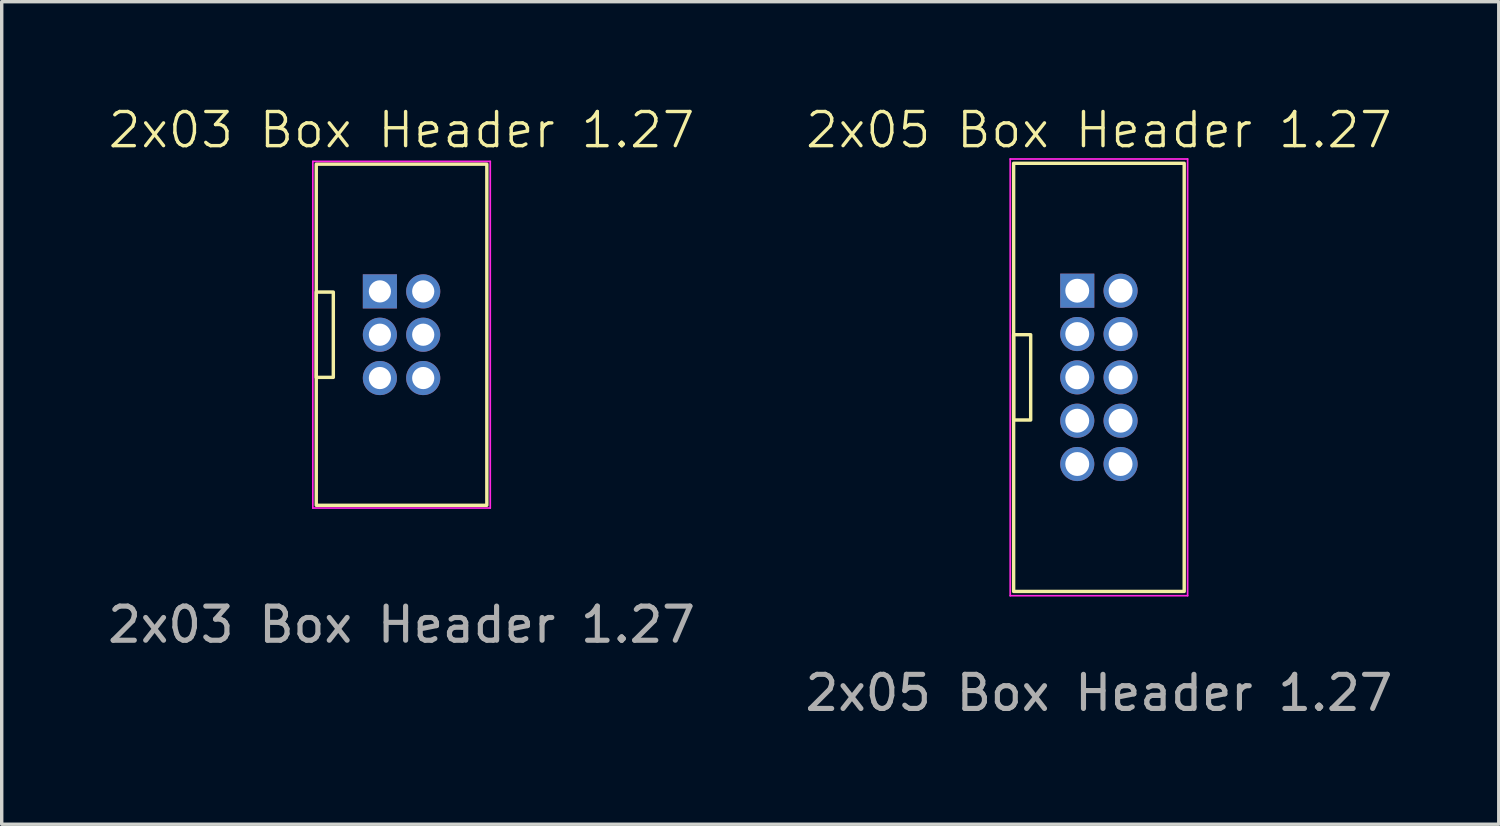
<source format=kicad_pcb>
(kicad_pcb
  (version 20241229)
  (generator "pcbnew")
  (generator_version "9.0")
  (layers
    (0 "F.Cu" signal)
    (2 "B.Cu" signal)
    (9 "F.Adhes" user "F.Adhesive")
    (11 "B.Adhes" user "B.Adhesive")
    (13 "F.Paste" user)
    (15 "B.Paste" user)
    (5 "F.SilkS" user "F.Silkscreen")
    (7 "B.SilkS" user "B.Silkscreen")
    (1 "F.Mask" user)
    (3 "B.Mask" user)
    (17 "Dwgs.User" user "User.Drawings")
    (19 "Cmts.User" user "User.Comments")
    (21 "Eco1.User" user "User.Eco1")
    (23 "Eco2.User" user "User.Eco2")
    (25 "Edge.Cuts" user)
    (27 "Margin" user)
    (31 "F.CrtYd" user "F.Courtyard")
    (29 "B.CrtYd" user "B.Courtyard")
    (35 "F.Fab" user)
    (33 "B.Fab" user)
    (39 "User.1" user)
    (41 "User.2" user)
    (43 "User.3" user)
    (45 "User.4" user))
  (footprint "2x05 Box Header 1.27"
    (layer "F.Cu")
    (at 29.161 8.011)
    (property "Reference" "2x05 Box Header 1.27" (at 0 -7.25 0) (unlocked yes) (layer "F.SilkS") (effects (font (size 1 1) (thickness 0.1))))
    (attr through_hole)
    (fp_rect (start -2.5 -6.275) (end 2.5 6.275) (stroke (width 0.1) (type default)) (fill no) (layer "F.SilkS"))
    (fp_rect (start -2.5 -1.25) (end -2 1.25) (stroke (width 0.1) (type default)) (fill no) (layer "F.SilkS"))
    (fp_line (start -2.6 -6.4) (end -2.6 6.4) (stroke (width 0.05) (type solid)) (layer "F.CrtYd"))
    (fp_line (start -2.6 6.4) (end 2.6 6.4) (stroke (width 0.05) (type solid)) (layer "F.CrtYd"))
    (fp_line (start 2.6 -6.4) (end -2.6 -6.4) (stroke (width 0.05) (type solid)) (layer "F.CrtYd"))
    (fp_line (start 2.6 6.4) (end 2.6 -6.4) (stroke (width 0.05) (type solid)) (layer "F.CrtYd"))
    (fp_text user "${REFERENCE}" (at 0 9.25 0) (unlocked yes) (layer "F.Fab") (effects (font (size 1 1) (thickness 0.15))))
    (pad "1" thru_hole rect (at -0.635 -2.54) (size 1 1) (drill 0.7) (layers "*.Cu" "*.Mask"))
    (pad "2" thru_hole oval (at 0.635 -2.54) (size 1 1) (drill 0.7) (layers "*.Cu" "*.Mask"))
    (pad "3" thru_hole oval (at -0.635 -1.27) (size 1 1) (drill 0.7) (layers "*.Cu" "*.Mask"))
    (pad "4" thru_hole oval (at 0.635 -1.27) (size 1 1) (drill 0.7) (layers "*.Cu" "*.Mask"))
    (pad "5" thru_hole oval (at -0.635 0) (size 1 1) (drill 0.7) (layers "*.Cu" "*.Mask"))
    (pad "6" thru_hole oval (at 0.635 0) (size 1 1) (drill 0.7) (layers "*.Cu" "*.Mask"))
    (pad "7" thru_hole oval (at -0.635 1.27) (size 1 1) (drill 0.7) (layers "*.Cu" "*.Mask"))
    (pad "8" thru_hole oval (at 0.635 1.27) (size 1 1) (drill 0.7) (layers "*.Cu" "*.Mask"))
    (pad "9" thru_hole oval (at -0.635 2.54) (size 1 1) (drill 0.7) (layers "*.Cu" "*.Mask"))
    (pad "10" thru_hole oval (at 0.635 2.54) (size 1 1) (drill 0.7) (layers "*.Cu" "*.Mask")))
  (footprint "2x03 Box Header 1.27"
    (layer "F.Cu")
    (at 8.72 6.761)
    (property "Reference" "2x03 Box Header 1.27" (at 0 -6 0) (unlocked yes) (layer "F.SilkS") (effects (font (size 1 1) (thickness 0.1))))
    (attr through_hole)
    (fp_rect (start -2.5 -5) (end 2.5 5) (stroke (width 0.1) (type default)) (fill no) (layer "F.SilkS"))
    (fp_rect (start -2.5 -1.25) (end -2 1.25) (stroke (width 0.1) (type default)) (fill no) (layer "F.SilkS"))
    (fp_line (start -2.6 -5.08) (end -2.6 5.08) (stroke (width 0.05) (type solid)) (layer "F.CrtYd"))
    (fp_line (start -2.6 5.08) (end 2.6 5.08) (stroke (width 0.05) (type solid)) (layer "F.CrtYd"))
    (fp_line (start 2.6 -5.08) (end -2.6 -5.08) (stroke (width 0.05) (type solid)) (layer "F.CrtYd"))
    (fp_line (start 2.6 5.08) (end 2.6 -5.08) (stroke (width 0.05) (type solid)) (layer "F.CrtYd"))
    (fp_text user "${REFERENCE}" (at 0 8.5 0) (unlocked yes) (layer "F.Fab") (effects (font (size 1 1) (thickness 0.15))))
    (pad "1" thru_hole rect (at -0.635 -1.27) (size 1 1) (drill 0.65) (layers "*.Cu" "*.Mask"))
    (pad "2" thru_hole oval (at 0.635 -1.27) (size 1 1) (drill 0.65) (layers "*.Cu" "*.Mask"))
    (pad "3" thru_hole oval (at -0.635 0) (size 1 1) (drill 0.65) (layers "*.Cu" "*.Mask"))
    (pad "4" thru_hole oval (at 0.635 0) (size 1 1) (drill 0.65) (layers "*.Cu" "*.Mask"))
    (pad "5" thru_hole oval (at -0.635 1.27) (size 1 1) (drill 0.65) (layers "*.Cu" "*.Mask"))
    (pad "6" thru_hole oval (at 0.635 1.27) (size 1 1) (drill 0.65) (layers "*.Cu" "*.Mask")))
  (gr_rect
    (start -3 -3)
    (end 40.881 21.109)
    (stroke (width 0.1) (type default))
    (fill no)
    (layer "Edge.Cuts")))
</source>
